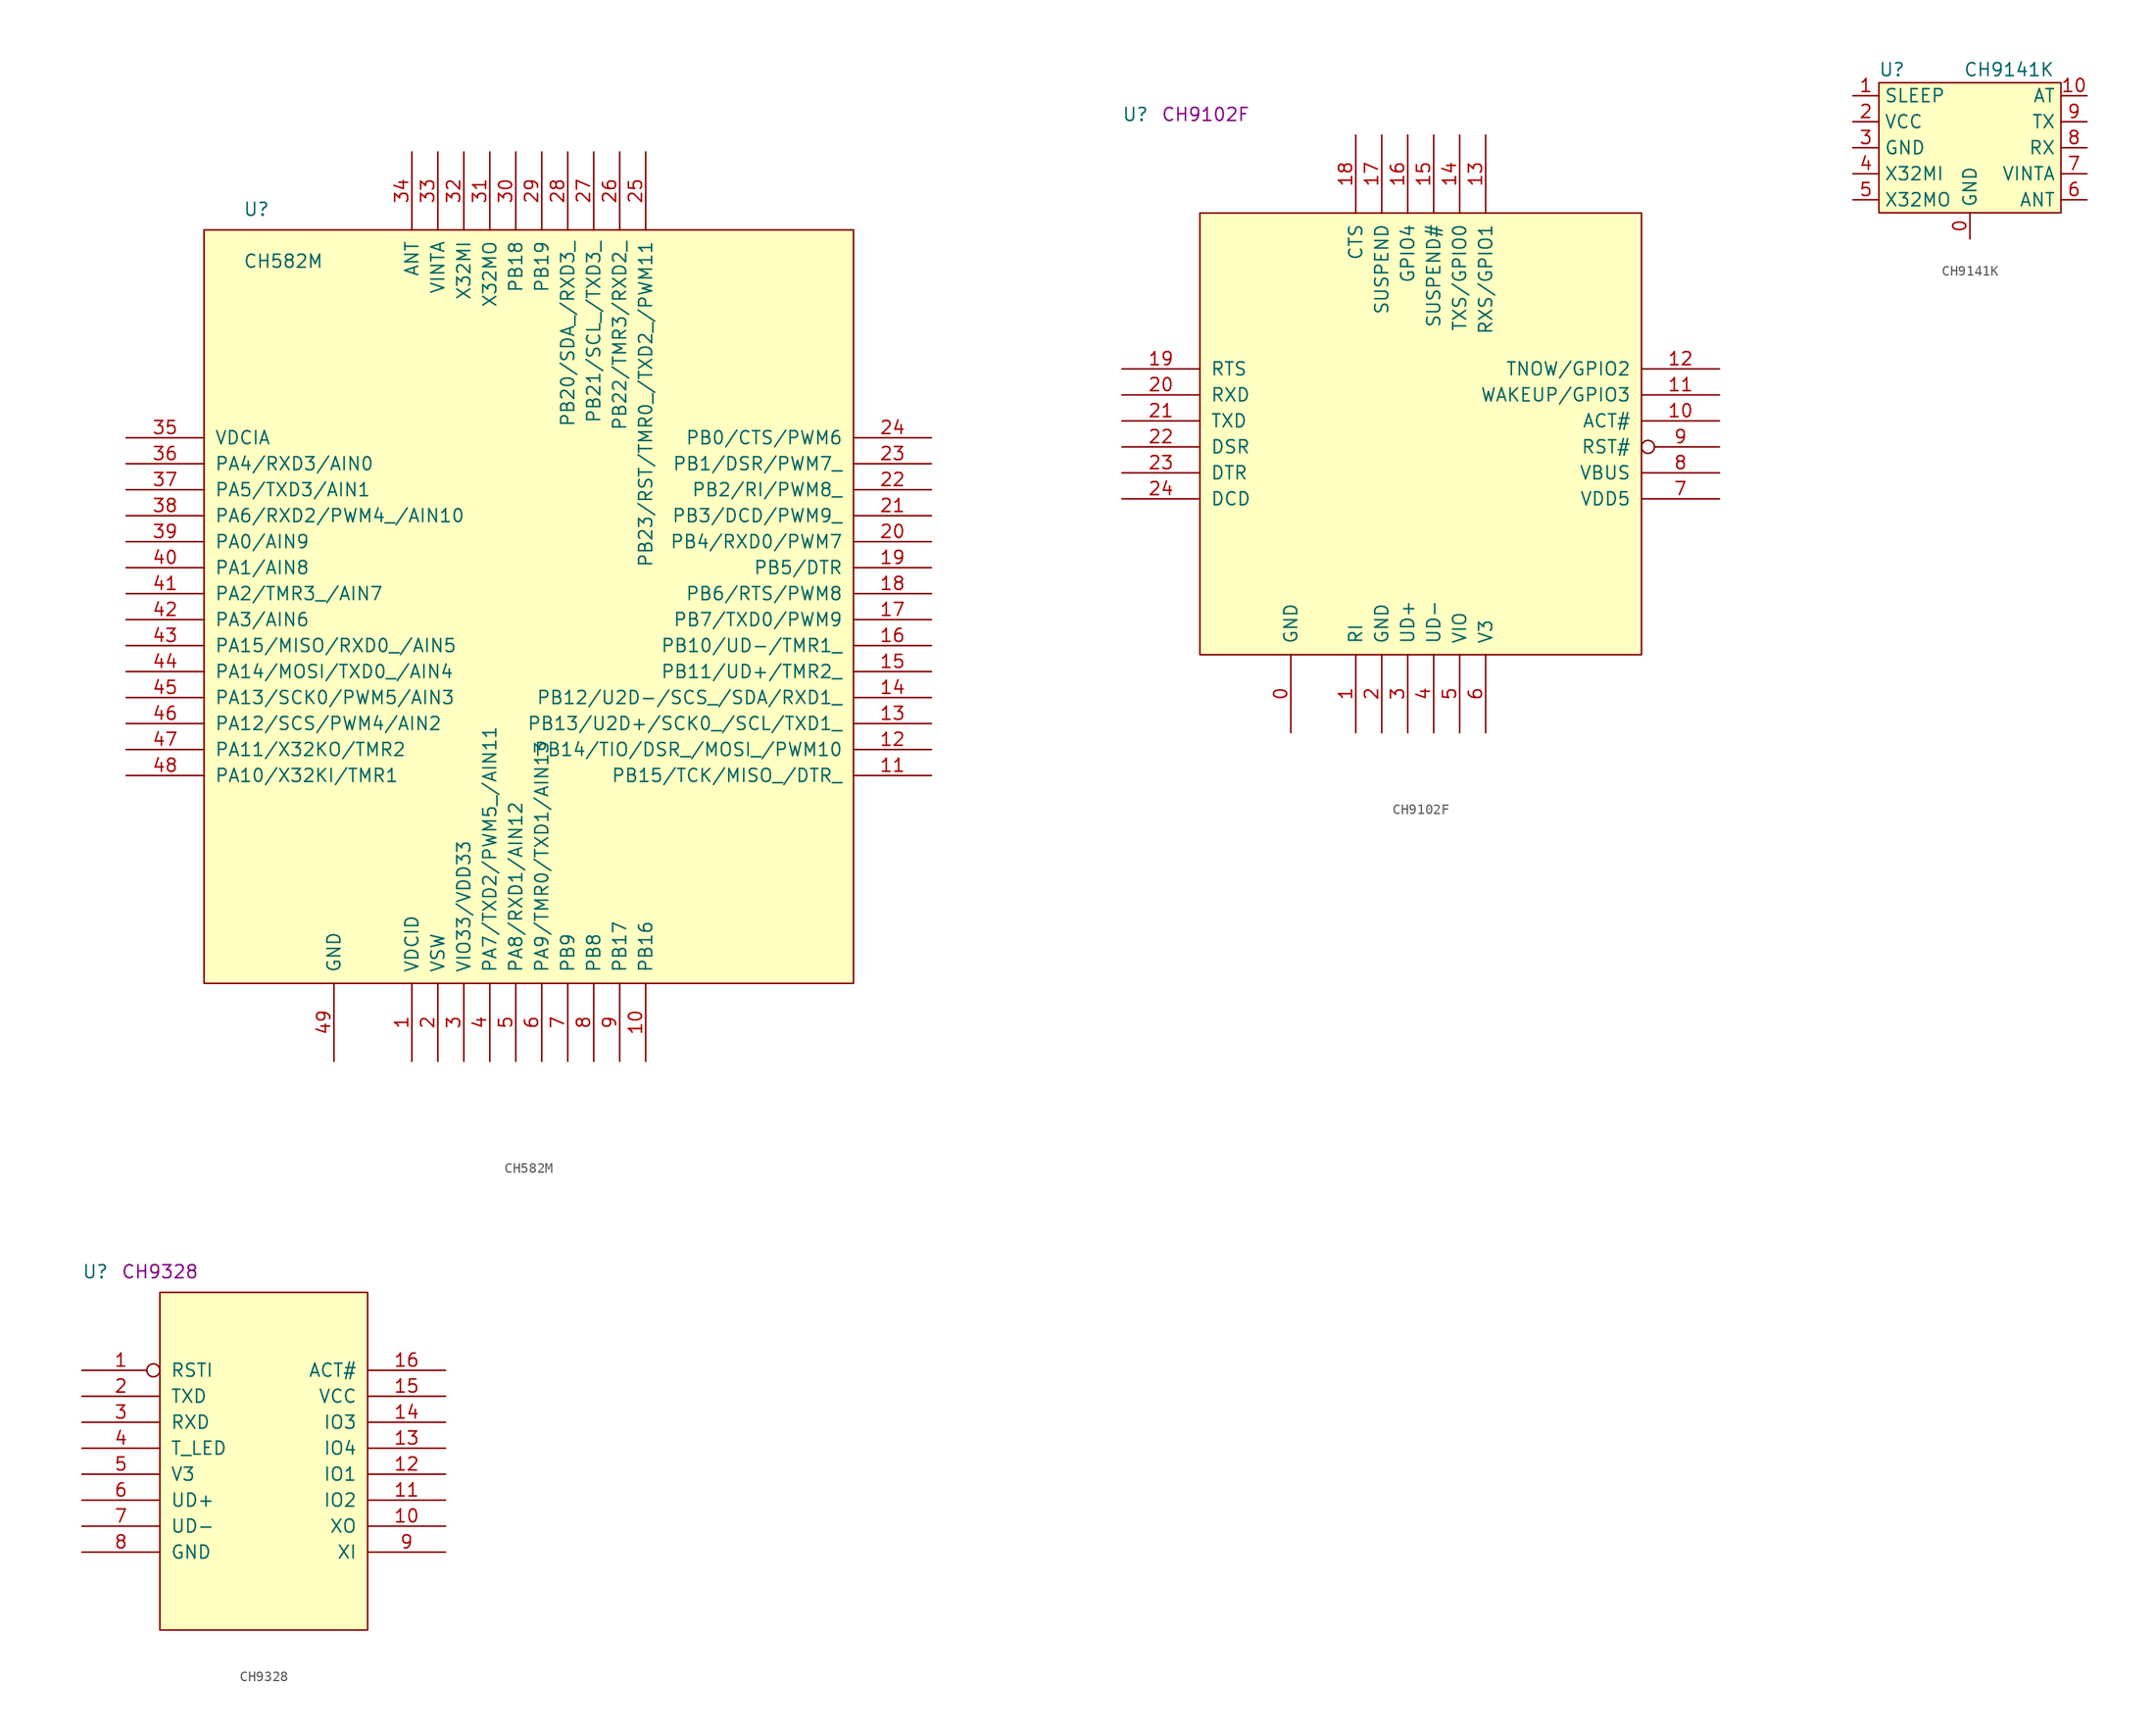
<source format=kicad_sym>
(kicad_symbol_lib
  (version 20211014)
  (generator kicad_symbol_editor)
  (symbol "CH582M"
    (pin_names
      (offset 1.016))
    (property "Reference" "U"
      (at 3.81 1.27 0)
      (effects (font (size 1.27 1.27)) (justify left bottom)))
    (property "Value" "CH582M"
      (at 3.81 -3.81 0)
      (effects (font (size 1.27 1.27)) (justify left bottom)))
    (property "Comment" ""
      (at -3.81 8.89 0)
      (effects (font (size 1.27 1.27)) (justify left bottom)))
    (symbol "CH582M_1_1"
      (rectangle (start 0 -73.66) (end 63.5 0) (stroke (width 0) (type default) (color 0 0 0 0)) (fill (type background)))
      (pin power_in line (at 20.32 -81.28 90) (length 7.62) (name "VDCID" (effects (font (size 1.27 1.27)))) (number "1" (effects (font (size 1.27 1.27)))))
      (pin bidirectional line (at 43.18 -81.28 90) (length 7.62) (name "PB16" (effects (font (size 1.27 1.27)))) (number "10" (effects (font (size 1.27 1.27)))))
      (pin bidirectional line (at 71.12 -53.34 180) (length 7.62) (name "PB15/TCK/MISO_/DTR_" (effects (font (size 1.27 1.27)))) (number "11" (effects (font (size 1.27 1.27)))))
      (pin bidirectional line (at 71.12 -50.8 180) (length 7.62) (name "PB14/TIO/DSR_/MOSI_/PWM10" (effects (font (size 1.27 1.27)))) (number "12" (effects (font (size 1.27 1.27)))))
      (pin bidirectional line (at 71.12 -48.26 180) (length 7.62) (name "PB13/U2D+/SCK0_/SCL/TXD1_" (effects (font (size 1.27 1.27)))) (number "13" (effects (font (size 1.27 1.27)))))
      (pin bidirectional line (at 71.12 -45.72 180) (length 7.62) (name "PB12/U2D-/SCS_/SDA/RXD1_" (effects (font (size 1.27 1.27)))) (number "14" (effects (font (size 1.27 1.27)))))
      (pin bidirectional line (at 71.12 -43.18 180) (length 7.62) (name "PB11/UD+/TMR2_" (effects (font (size 1.27 1.27)))) (number "15" (effects (font (size 1.27 1.27)))))
      (pin bidirectional line (at 71.12 -40.64 180) (length 7.62) (name "PB10/UD-/TMR1_" (effects (font (size 1.27 1.27)))) (number "16" (effects (font (size 1.27 1.27)))))
      (pin bidirectional line (at 71.12 -38.1 180) (length 7.62) (name "PB7/TXD0/PWM9" (effects (font (size 1.27 1.27)))) (number "17" (effects (font (size 1.27 1.27)))))
      (pin bidirectional line (at 71.12 -35.56 180) (length 7.62) (name "PB6/RTS/PWM8" (effects (font (size 1.27 1.27)))) (number "18" (effects (font (size 1.27 1.27)))))
      (pin bidirectional line (at 71.12 -33.02 180) (length 7.62) (name "PB5/DTR" (effects (font (size 1.27 1.27)))) (number "19" (effects (font (size 1.27 1.27)))))
      (pin power_in line (at 22.86 -81.28 90) (length 7.62) (name "VSW" (effects (font (size 1.27 1.27)))) (number "2" (effects (font (size 1.27 1.27)))))
      (pin bidirectional line (at 71.12 -30.48 180) (length 7.62) (name "PB4/RXD0/PWM7" (effects (font (size 1.27 1.27)))) (number "20" (effects (font (size 1.27 1.27)))))
      (pin bidirectional line (at 71.12 -27.94 180) (length 7.62) (name "PB3/DCD/PWM9_" (effects (font (size 1.27 1.27)))) (number "21" (effects (font (size 1.27 1.27)))))
      (pin bidirectional line (at 71.12 -25.4 180) (length 7.62) (name "PB2/RI/PWM8_" (effects (font (size 1.27 1.27)))) (number "22" (effects (font (size 1.27 1.27)))))
      (pin bidirectional line (at 71.12 -22.86 180) (length 7.62) (name "PB1/DSR/PWM7_" (effects (font (size 1.27 1.27)))) (number "23" (effects (font (size 1.27 1.27)))))
      (pin bidirectional line (at 71.12 -20.32 180) (length 7.62) (name "PB0/CTS/PWM6" (effects (font (size 1.27 1.27)))) (number "24" (effects (font (size 1.27 1.27)))))
      (pin bidirectional line (at 43.18 7.62 270) (length 7.62) (name "PB23/RST/TMR0_/TXD2_/PWM11" (effects (font (size 1.27 1.27)))) (number "25" (effects (font (size 1.27 1.27)))))
      (pin bidirectional line (at 40.64 7.62 270) (length 7.62) (name "PB22/TMR3/RXD2_" (effects (font (size 1.27 1.27)))) (number "26" (effects (font (size 1.27 1.27)))))
      (pin bidirectional line (at 38.1 7.62 270) (length 7.62) (name "PB21/SCL_/TXD3_" (effects (font (size 1.27 1.27)))) (number "27" (effects (font (size 1.27 1.27)))))
      (pin bidirectional line (at 35.56 7.62 270) (length 7.62) (name "PB20/SDA_/RXD3_" (effects (font (size 1.27 1.27)))) (number "28" (effects (font (size 1.27 1.27)))))
      (pin bidirectional line (at 33.02 7.62 270) (length 7.62) (name "PB19" (effects (font (size 1.27 1.27)))) (number "29" (effects (font (size 1.27 1.27)))))
      (pin power_in line (at 25.4 -81.28 90) (length 7.62) (name "VIO33/VDD33" (effects (font (size 1.27 1.27)))) (number "3" (effects (font (size 1.27 1.27)))))
      (pin bidirectional line (at 30.48 7.62 270) (length 7.62) (name "PB18" (effects (font (size 1.27 1.27)))) (number "30" (effects (font (size 1.27 1.27)))))
      (pin output line (at 27.94 7.62 270) (length 7.62) (name "X32MO" (effects (font (size 1.27 1.27)))) (number "31" (effects (font (size 1.27 1.27)))))
      (pin input line (at 25.4 7.62 270) (length 7.62) (name "X32MI" (effects (font (size 1.27 1.27)))) (number "32" (effects (font (size 1.27 1.27)))))
      (pin power_in line (at 22.86 7.62 270) (length 7.62) (name "VINTA" (effects (font (size 1.27 1.27)))) (number "33" (effects (font (size 1.27 1.27)))))
      (pin bidirectional line (at 20.32 7.62 270) (length 7.62) (name "ANT" (effects (font (size 1.27 1.27)))) (number "34" (effects (font (size 1.27 1.27)))))
      (pin power_in line (at -7.62 -20.32 0) (length 7.62) (name "VDCIA" (effects (font (size 1.27 1.27)))) (number "35" (effects (font (size 1.27 1.27)))))
      (pin bidirectional line (at -7.62 -22.86 0) (length 7.62) (name "PA4/RXD3/AIN0" (effects (font (size 1.27 1.27)))) (number "36" (effects (font (size 1.27 1.27)))))
      (pin bidirectional line (at -7.62 -25.4 0) (length 7.62) (name "PA5/TXD3/AIN1" (effects (font (size 1.27 1.27)))) (number "37" (effects (font (size 1.27 1.27)))))
      (pin bidirectional line (at -7.62 -27.94 0) (length 7.62) (name "PA6/RXD2/PWM4_/AIN10" (effects (font (size 1.27 1.27)))) (number "38" (effects (font (size 1.27 1.27)))))
      (pin bidirectional line (at -7.62 -30.48 0) (length 7.62) (name "PA0/AIN9" (effects (font (size 1.27 1.27)))) (number "39" (effects (font (size 1.27 1.27)))))
      (pin bidirectional line (at 27.94 -81.28 90) (length 7.62) (name "PA7/TXD2/PWM5_/AIN11" (effects (font (size 1.27 1.27)))) (number "4" (effects (font (size 1.27 1.27)))))
      (pin bidirectional line (at -7.62 -33.02 0) (length 7.62) (name "PA1/AIN8" (effects (font (size 1.27 1.27)))) (number "40" (effects (font (size 1.27 1.27)))))
      (pin bidirectional line (at -7.62 -35.56 0) (length 7.62) (name "PA2/TMR3_/AIN7" (effects (font (size 1.27 1.27)))) (number "41" (effects (font (size 1.27 1.27)))))
      (pin bidirectional line (at -7.62 -38.1 0) (length 7.62) (name "PA3/AIN6" (effects (font (size 1.27 1.27)))) (number "42" (effects (font (size 1.27 1.27)))))
      (pin bidirectional line (at -7.62 -40.64 0) (length 7.62) (name "PA15/MISO/RXD0_/AIN5" (effects (font (size 1.27 1.27)))) (number "43" (effects (font (size 1.27 1.27)))))
      (pin bidirectional line (at -7.62 -43.18 0) (length 7.62) (name "PA14/MOSI/TXD0_/AIN4" (effects (font (size 1.27 1.27)))) (number "44" (effects (font (size 1.27 1.27)))))
      (pin bidirectional line (at -7.62 -45.72 0) (length 7.62) (name "PA13/SCK0/PWM5/AIN3" (effects (font (size 1.27 1.27)))) (number "45" (effects (font (size 1.27 1.27)))))
      (pin bidirectional line (at -7.62 -48.26 0) (length 7.62) (name "PA12/SCS/PWM4/AIN2" (effects (font (size 1.27 1.27)))) (number "46" (effects (font (size 1.27 1.27)))))
      (pin bidirectional line (at -7.62 -50.8 0) (length 7.62) (name "PA11/X32KO/TMR2" (effects (font (size 1.27 1.27)))) (number "47" (effects (font (size 1.27 1.27)))))
      (pin bidirectional line (at -7.62 -53.34 0) (length 7.62) (name "PA10/X32KI/TMR1" (effects (font (size 1.27 1.27)))) (number "48" (effects (font (size 1.27 1.27)))))
      (pin power_in line (at 12.7 -81.28 90) (length 7.62) (name "GND" (effects (font (size 1.27 1.27)))) (number "49" (effects (font (size 1.27 1.27)))))
      (pin bidirectional line (at 30.48 -81.28 90) (length 7.62) (name "PA8/RXD1/AIN12" (effects (font (size 1.27 1.27)))) (number "5" (effects (font (size 1.27 1.27)))))
      (pin bidirectional line (at 33.02 -81.28 90) (length 7.62) (name "PA9/TMR0/TXD1/AIN13" (effects (font (size 1.27 1.27)))) (number "6" (effects (font (size 1.27 1.27)))))
      (pin bidirectional line (at 35.56 -81.28 90) (length 7.62) (name "PB9" (effects (font (size 1.27 1.27)))) (number "7" (effects (font (size 1.27 1.27)))))
      (pin bidirectional line (at 38.1 -81.28 90) (length 7.62) (name "PB8" (effects (font (size 1.27 1.27)))) (number "8" (effects (font (size 1.27 1.27)))))
      (pin bidirectional line (at 40.64 -81.28 90) (length 7.62) (name "PB17" (effects (font (size 1.27 1.27)))) (number "9" (effects (font (size 1.27 1.27)))))))
  (symbol "CH9102F"
    (pin_names
      (offset 1.016))
    (property "Reference" "U"
      (at -7.62 8.89 0)
      (effects (font (size 1.27 1.27)) (justify left bottom)))
    (property "Comment" "CH9102F"
      (at -3.81 8.89 0)
      (effects (font (size 1.27 1.27)) (justify left bottom)))
    (symbol "CH9102F_1_1"
      (rectangle (start 0 -43.18) (end 43.18 0) (stroke (width 0) (type default) (color 0 0 0 0)) (fill (type background)))
      (pin power_in line (at 8.89 -50.8 90) (length 7.62) (name "GND" (effects (font (size 1.27 1.27)))) (number "0" (effects (font (size 1.27 1.27)))))
      (pin input line (at 15.24 -50.8 90) (length 7.62) (name "RI" (effects (font (size 1.27 1.27)))) (number "1" (effects (font (size 1.27 1.27)))))
      (pin output line (at 50.8 -20.32 180) (length 7.62) (name "ACT#" (effects (font (size 1.27 1.27)))) (number "10" (effects (font (size 1.27 1.27)))))
      (pin bidirectional line (at 50.8 -17.78 180) (length 7.62) (name "WAKEUP/GPIO3" (effects (font (size 1.27 1.27)))) (number "11" (effects (font (size 1.27 1.27)))))
      (pin bidirectional line (at 50.8 -15.24 180) (length 7.62) (name "TNOW/GPIO2" (effects (font (size 1.27 1.27)))) (number "12" (effects (font (size 1.27 1.27)))))
      (pin bidirectional line (at 27.94 7.62 270) (length 7.62) (name "RXS/GPIO1" (effects (font (size 1.27 1.27)))) (number "13" (effects (font (size 1.27 1.27)))))
      (pin bidirectional line (at 25.4 7.62 270) (length 7.62) (name "TXS/GPIO0" (effects (font (size 1.27 1.27)))) (number "14" (effects (font (size 1.27 1.27)))))
      (pin output line (at 22.86 7.62 270) (length 7.62) (name "SUSPEND#" (effects (font (size 1.27 1.27)))) (number "15" (effects (font (size 1.27 1.27)))))
      (pin bidirectional line (at 20.32 7.62 270) (length 7.62) (name "GPIO4" (effects (font (size 1.27 1.27)))) (number "16" (effects (font (size 1.27 1.27)))))
      (pin output line (at 17.78 7.62 270) (length 7.62) (name "SUSPEND" (effects (font (size 1.27 1.27)))) (number "17" (effects (font (size 1.27 1.27)))))
      (pin input line (at 15.24 7.62 270) (length 7.62) (name "CTS" (effects (font (size 1.27 1.27)))) (number "18" (effects (font (size 1.27 1.27)))))
      (pin output line (at -7.62 -15.24 0) (length 7.62) (name "RTS" (effects (font (size 1.27 1.27)))) (number "19" (effects (font (size 1.27 1.27)))))
      (pin power_in line (at 17.78 -50.8 90) (length 7.62) (name "GND" (effects (font (size 1.27 1.27)))) (number "2" (effects (font (size 1.27 1.27)))))
      (pin input line (at -7.62 -17.78 0) (length 7.62) (name "RXD" (effects (font (size 1.27 1.27)))) (number "20" (effects (font (size 1.27 1.27)))))
      (pin output line (at -7.62 -20.32 0) (length 7.62) (name "TXD" (effects (font (size 1.27 1.27)))) (number "21" (effects (font (size 1.27 1.27)))))
      (pin input line (at -7.62 -22.86 0) (length 7.62) (name "DSR" (effects (font (size 1.27 1.27)))) (number "22" (effects (font (size 1.27 1.27)))))
      (pin output line (at -7.62 -25.4 0) (length 7.62) (name "DTR" (effects (font (size 1.27 1.27)))) (number "23" (effects (font (size 1.27 1.27)))))
      (pin input line (at -7.62 -27.94 0) (length 7.62) (name "DCD" (effects (font (size 1.27 1.27)))) (number "24" (effects (font (size 1.27 1.27)))))
      (pin bidirectional line (at 20.32 -50.8 90) (length 7.62) (name "UD+" (effects (font (size 1.27 1.27)))) (number "3" (effects (font (size 1.27 1.27)))))
      (pin bidirectional line (at 22.86 -50.8 90) (length 7.62) (name "UD-" (effects (font (size 1.27 1.27)))) (number "4" (effects (font (size 1.27 1.27)))))
      (pin power_in line (at 25.4 -50.8 90) (length 7.62) (name "VIO" (effects (font (size 1.27 1.27)))) (number "5" (effects (font (size 1.27 1.27)))))
      (pin power_in line (at 27.94 -50.8 90) (length 7.62) (name "V3" (effects (font (size 1.27 1.27)))) (number "6" (effects (font (size 1.27 1.27)))))
      (pin power_in line (at 50.8 -27.94 180) (length 7.62) (name "VDD5" (effects (font (size 1.27 1.27)))) (number "7" (effects (font (size 1.27 1.27)))))
      (pin input line (at 50.8 -25.4 180) (length 7.62) (name "VBUS" (effects (font (size 1.27 1.27)))) (number "8" (effects (font (size 1.27 1.27)))))
      (pin input inverted (at 50.8 -22.86 180) (length 7.62) (name "RST#" (effects (font (size 1.27 1.27)))) (number "9" (effects (font (size 1.27 1.27)))))))
  (symbol "CH9141K"
    (property "Reference" "U"
      (at -7.62 7.62 0)
      (effects (font (size 1.27 1.27))))
    (property "Value" "CH9141K"
      (at 3.81 7.62 0)
      (effects (font (size 1.27 1.27))))
    (symbol "CH9141K_0_1"
      (rectangle (start -8.89 6.35) (end 8.89 -6.35) (stroke (width 0) (type default) (color 0 0 0 0)) (fill (type background))))
    (symbol "CH9141K_1_1"
      (pin power_in line (at 0 -8.89 90) (length 2.54) (name "GND" (effects (font (size 1.27 1.27)))) (number "0" (effects (font (size 1.27 1.27)))))
      (pin input line (at -11.43 5.08 0) (length 2.54) (name "SLEEP" (effects (font (size 1.27 1.27)))) (number "1" (effects (font (size 1.27 1.27)))))
      (pin input line (at 11.43 5.08 180) (length 2.54) (name "AT" (effects (font (size 1.27 1.27)))) (number "10" (effects (font (size 1.27 1.27)))))
      (pin power_in line (at -11.43 2.54 0) (length 2.54) (name "VCC" (effects (font (size 1.27 1.27)))) (number "2" (effects (font (size 1.27 1.27)))))
      (pin power_in line (at -11.43 0 0) (length 2.54) (name "GND" (effects (font (size 1.27 1.27)))) (number "3" (effects (font (size 1.27 1.27)))))
      (pin bidirectional line (at -11.43 -2.54 0) (length 2.54) (name "X32MI" (effects (font (size 1.27 1.27)))) (number "4" (effects (font (size 1.27 1.27)))))
      (pin bidirectional line (at -11.43 -5.08 0) (length 2.54) (name "X32MO" (effects (font (size 1.27 1.27)))) (number "5" (effects (font (size 1.27 1.27)))))
      (pin bidirectional line (at 11.43 -5.08 180) (length 2.54) (name "ANT" (effects (font (size 1.27 1.27)))) (number "6" (effects (font (size 1.27 1.27)))))
      (pin power_out line (at 11.43 -2.54 180) (length 2.54) (name "VINTA" (effects (font (size 1.27 1.27)))) (number "7" (effects (font (size 1.27 1.27)))))
      (pin input line (at 11.43 0 180) (length 2.54) (name "RX" (effects (font (size 1.27 1.27)))) (number "8" (effects (font (size 1.27 1.27)))))
      (pin output line (at 11.43 2.54 180) (length 2.54) (name "TX" (effects (font (size 1.27 1.27)))) (number "9" (effects (font (size 1.27 1.27)))))))
  (symbol "CH9328"
    (pin_names
      (offset 1.016))
    (property "Reference" "U"
      (at -7.62 1.27 0)
      (effects (font (size 1.27 1.27)) (justify left bottom)))
    (property "Comment" "CH9328"
      (at -3.81 1.27 0)
      (effects (font (size 1.27 1.27)) (justify left bottom)))
    (symbol "CH9328_1_1"
      (rectangle (start 0 -33.02) (end 20.32 0) (stroke (width 0) (type default) (color 0 0 0 0)) (fill (type background)))
      (pin input inverted (at -7.62 -7.62 0) (length 7.62) (name "RSTI" (effects (font (size 1.27 1.27)))) (number "1" (effects (font (size 1.27 1.27)))))
      (pin output line (at 27.94 -22.86 180) (length 7.62) (name "XO" (effects (font (size 1.27 1.27)))) (number "10" (effects (font (size 1.27 1.27)))))
      (pin bidirectional line (at 27.94 -20.32 180) (length 7.62) (name "IO2" (effects (font (size 1.27 1.27)))) (number "11" (effects (font (size 1.27 1.27)))))
      (pin bidirectional line (at 27.94 -17.78 180) (length 7.62) (name "IO1" (effects (font (size 1.27 1.27)))) (number "12" (effects (font (size 1.27 1.27)))))
      (pin bidirectional line (at 27.94 -15.24 180) (length 7.62) (name "IO4" (effects (font (size 1.27 1.27)))) (number "13" (effects (font (size 1.27 1.27)))))
      (pin bidirectional line (at 27.94 -12.7 180) (length 7.62) (name "IO3" (effects (font (size 1.27 1.27)))) (number "14" (effects (font (size 1.27 1.27)))))
      (pin power_in line (at 27.94 -10.16 180) (length 7.62) (name "VCC" (effects (font (size 1.27 1.27)))) (number "15" (effects (font (size 1.27 1.27)))))
      (pin output line (at 27.94 -7.62 180) (length 7.62) (name "ACT#" (effects (font (size 1.27 1.27)))) (number "16" (effects (font (size 1.27 1.27)))))
      (pin output line (at -7.62 -10.16 0) (length 7.62) (name "TXD" (effects (font (size 1.27 1.27)))) (number "2" (effects (font (size 1.27 1.27)))))
      (pin input line (at -7.62 -12.7 0) (length 7.62) (name "RXD" (effects (font (size 1.27 1.27)))) (number "3" (effects (font (size 1.27 1.27)))))
      (pin output line (at -7.62 -15.24 0) (length 7.62) (name "T_LED" (effects (font (size 1.27 1.27)))) (number "4" (effects (font (size 1.27 1.27)))))
      (pin power_in line (at -7.62 -17.78 0) (length 7.62) (name "V3" (effects (font (size 1.27 1.27)))) (number "5" (effects (font (size 1.27 1.27)))))
      (pin bidirectional line (at -7.62 -20.32 0) (length 7.62) (name "UD+" (effects (font (size 1.27 1.27)))) (number "6" (effects (font (size 1.27 1.27)))))
      (pin bidirectional line (at -7.62 -22.86 0) (length 7.62) (name "UD-" (effects (font (size 1.27 1.27)))) (number "7" (effects (font (size 1.27 1.27)))))
      (pin power_in line (at -7.62 -25.4 0) (length 7.62) (name "GND" (effects (font (size 1.27 1.27)))) (number "8" (effects (font (size 1.27 1.27)))))
      (pin input line (at 27.94 -25.4 180) (length 7.62) (name "XI" (effects (font (size 1.27 1.27)))) (number "9" (effects (font (size 1.27 1.27))))))))
</source>
